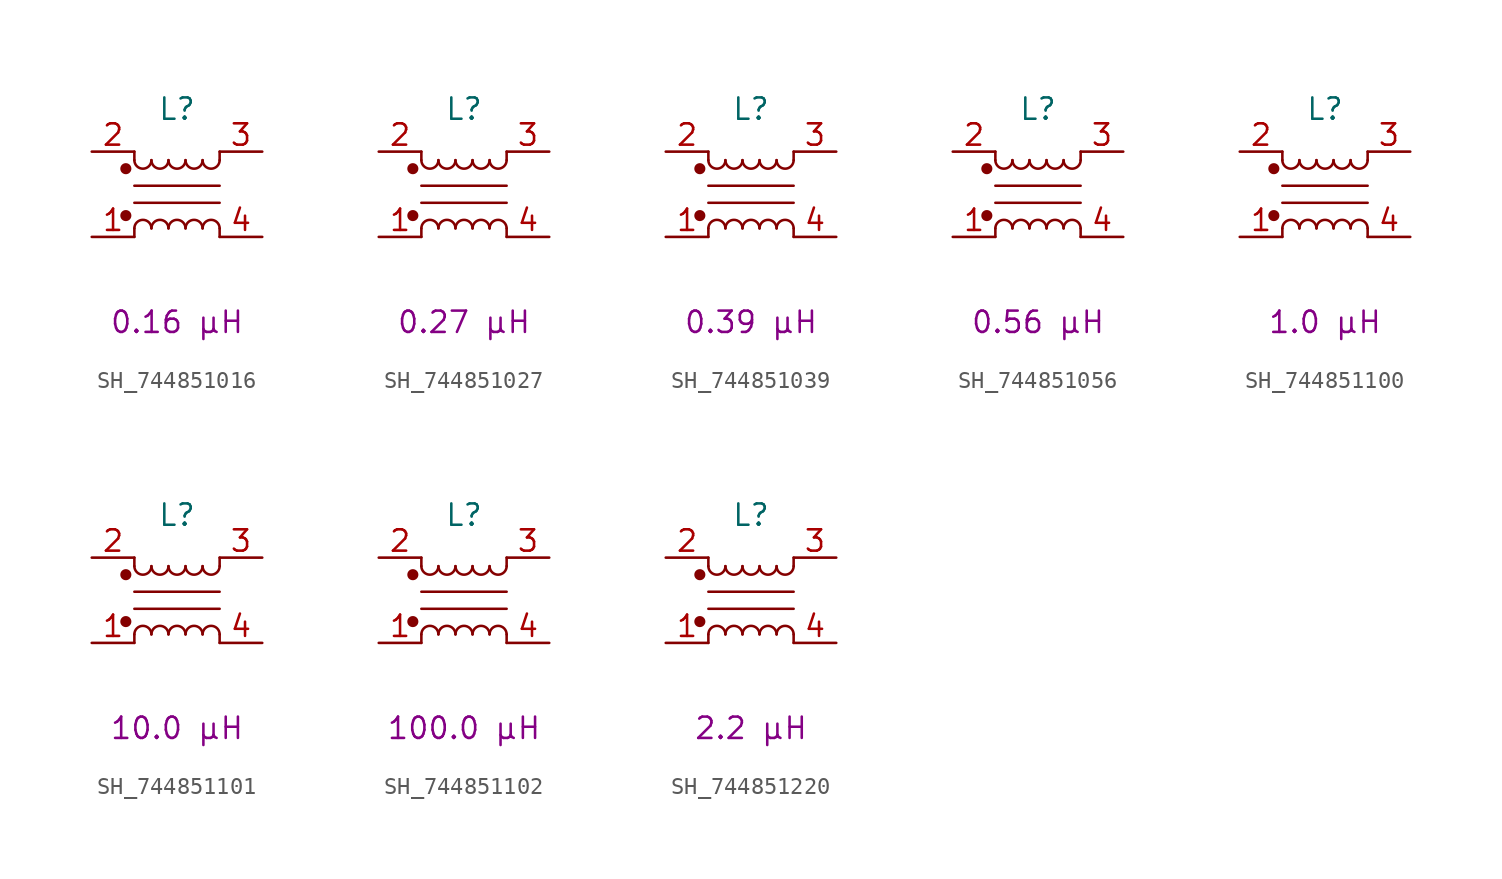
<source format=kicad_sym>
(kicad_symbol_lib
  (version 20220914)
  (generator kicad_symbol_editor)
  (symbol "SH_744851016"
    (pin_names hide)
    (property "Reference" "L"
      (at 0 5.08 0)
      (effects (font (size 1.27 1.27))))
    (property "Critical Parameter" "0.16 µH"
      (at 0 -7.62 0)
      (effects (font (size 1.27 1.27))))
    (symbol "SH_744851016_0_1"
      (circle (center -3.048 -1.27) (radius 0.254) (stroke (width 0) (type default)) (fill (type outline)))
      (circle (center -3.048 1.524) (radius 0.254) (stroke (width 0) (type default)) (fill (type outline)))
      (arc (start -2.54 2.032) (mid -2.032 1.5262) (end -1.524 2.032) (stroke (width 0) (type default)) (fill (type none)))
      (arc (start -1.524 -2.032) (mid -2.032 -1.5262) (end -2.54 -2.032) (stroke (width 0) (type default)) (fill (type none)))
      (arc (start -1.524 2.032) (mid -1.016 1.5262) (end -0.508 2.032) (stroke (width 0) (type default)) (fill (type none)))
      (arc (start -0.508 -2.032) (mid -1.016 -1.5262) (end -1.524 -2.032) (stroke (width 0) (type default)) (fill (type none)))
      (arc (start -0.508 2.032) (mid 0 1.5262) (end 0.508 2.032) (stroke (width 0) (type default)) (fill (type none)))
      (polyline (pts (xy -2.54 -2.032) (xy -2.54 -2.54)) (stroke (width 0) (type default)) (fill (type none)))
      (polyline (pts (xy -2.54 0.508) (xy 2.54 0.508)) (stroke (width 0) (type default)) (fill (type none)))
      (polyline (pts (xy -2.54 2.032) (xy -2.54 2.54)) (stroke (width 0) (type default)) (fill (type none)))
      (polyline (pts (xy 2.54 -2.032) (xy 2.54 -2.54)) (stroke (width 0) (type default)) (fill (type none)))
      (polyline (pts (xy 2.54 -0.508) (xy -2.54 -0.508)) (stroke (width 0) (type default)) (fill (type none)))
      (polyline (pts (xy 2.54 2.54) (xy 2.54 2.032)) (stroke (width 0) (type default)) (fill (type none)))
      (arc (start 0.508 -2.032) (mid 0 -1.5262) (end -0.508 -2.032) (stroke (width 0) (type default)) (fill (type none)))
      (arc (start 0.508 2.032) (mid 1.016 1.5262) (end 1.524 2.032) (stroke (width 0) (type default)) (fill (type none)))
      (arc (start 1.524 -2.032) (mid 1.016 -1.5262) (end 0.508 -2.032) (stroke (width 0) (type default)) (fill (type none)))
      (arc (start 1.524 2.032) (mid 2.032 1.5262) (end 2.54 2.032) (stroke (width 0) (type default)) (fill (type none)))
      (arc (start 2.54 -2.032) (mid 2.032 -1.5262) (end 1.524 -2.032) (stroke (width 0) (type default)) (fill (type none))))
    (symbol "SH_744851016_1_1"
      (pin passive line (at -5.08 -2.54 0) (length 2.54) (name "1" (effects (font (size 1.27 1.27)))) (number "1" (effects (font (size 1.27 1.27)))))
      (pin passive line (at -5.08 2.54 0) (length 2.54) (name "2" (effects (font (size 1.27 1.27)))) (number "2" (effects (font (size 1.27 1.27)))))
      (pin passive line (at 5.08 2.54 180) (length 2.54) (name "3" (effects (font (size 1.27 1.27)))) (number "3" (effects (font (size 1.27 1.27)))))
      (pin passive line (at 5.08 -2.54 180) (length 2.54) (name "4" (effects (font (size 1.27 1.27)))) (number "4" (effects (font (size 1.27 1.27)))))))
  (symbol "SH_744851027"
    (pin_names hide)
    (property "Reference" "L"
      (at 0 5.08 0)
      (effects (font (size 1.27 1.27))))
    (property "Critical Parameter" "0.27 µH"
      (at 0 -7.62 0)
      (effects (font (size 1.27 1.27))))
    (symbol "SH_744851027_0_1"
      (circle (center -3.048 -1.27) (radius 0.254) (stroke (width 0) (type default)) (fill (type outline)))
      (circle (center -3.048 1.524) (radius 0.254) (stroke (width 0) (type default)) (fill (type outline)))
      (arc (start -2.54 2.032) (mid -2.032 1.5262) (end -1.524 2.032) (stroke (width 0) (type default)) (fill (type none)))
      (arc (start -1.524 -2.032) (mid -2.032 -1.5262) (end -2.54 -2.032) (stroke (width 0) (type default)) (fill (type none)))
      (arc (start -1.524 2.032) (mid -1.016 1.5262) (end -0.508 2.032) (stroke (width 0) (type default)) (fill (type none)))
      (arc (start -0.508 -2.032) (mid -1.016 -1.5262) (end -1.524 -2.032) (stroke (width 0) (type default)) (fill (type none)))
      (arc (start -0.508 2.032) (mid 0 1.5262) (end 0.508 2.032) (stroke (width 0) (type default)) (fill (type none)))
      (polyline (pts (xy -2.54 -2.032) (xy -2.54 -2.54)) (stroke (width 0) (type default)) (fill (type none)))
      (polyline (pts (xy -2.54 0.508) (xy 2.54 0.508)) (stroke (width 0) (type default)) (fill (type none)))
      (polyline (pts (xy -2.54 2.032) (xy -2.54 2.54)) (stroke (width 0) (type default)) (fill (type none)))
      (polyline (pts (xy 2.54 -2.032) (xy 2.54 -2.54)) (stroke (width 0) (type default)) (fill (type none)))
      (polyline (pts (xy 2.54 -0.508) (xy -2.54 -0.508)) (stroke (width 0) (type default)) (fill (type none)))
      (polyline (pts (xy 2.54 2.54) (xy 2.54 2.032)) (stroke (width 0) (type default)) (fill (type none)))
      (arc (start 0.508 -2.032) (mid 0 -1.5262) (end -0.508 -2.032) (stroke (width 0) (type default)) (fill (type none)))
      (arc (start 0.508 2.032) (mid 1.016 1.5262) (end 1.524 2.032) (stroke (width 0) (type default)) (fill (type none)))
      (arc (start 1.524 -2.032) (mid 1.016 -1.5262) (end 0.508 -2.032) (stroke (width 0) (type default)) (fill (type none)))
      (arc (start 1.524 2.032) (mid 2.032 1.5262) (end 2.54 2.032) (stroke (width 0) (type default)) (fill (type none)))
      (arc (start 2.54 -2.032) (mid 2.032 -1.5262) (end 1.524 -2.032) (stroke (width 0) (type default)) (fill (type none))))
    (symbol "SH_744851027_1_1"
      (pin passive line (at -5.08 -2.54 0) (length 2.54) (name "1" (effects (font (size 1.27 1.27)))) (number "1" (effects (font (size 1.27 1.27)))))
      (pin passive line (at -5.08 2.54 0) (length 2.54) (name "2" (effects (font (size 1.27 1.27)))) (number "2" (effects (font (size 1.27 1.27)))))
      (pin passive line (at 5.08 2.54 180) (length 2.54) (name "3" (effects (font (size 1.27 1.27)))) (number "3" (effects (font (size 1.27 1.27)))))
      (pin passive line (at 5.08 -2.54 180) (length 2.54) (name "4" (effects (font (size 1.27 1.27)))) (number "4" (effects (font (size 1.27 1.27)))))))
  (symbol "SH_744851039"
    (pin_names hide)
    (property "Reference" "L"
      (at 0 5.08 0)
      (effects (font (size 1.27 1.27))))
    (property "Critical Parameter" "0.39 µH"
      (at 0 -7.62 0)
      (effects (font (size 1.27 1.27))))
    (symbol "SH_744851039_0_1"
      (circle (center -3.048 -1.27) (radius 0.254) (stroke (width 0) (type default)) (fill (type outline)))
      (circle (center -3.048 1.524) (radius 0.254) (stroke (width 0) (type default)) (fill (type outline)))
      (arc (start -2.54 2.032) (mid -2.032 1.5262) (end -1.524 2.032) (stroke (width 0) (type default)) (fill (type none)))
      (arc (start -1.524 -2.032) (mid -2.032 -1.5262) (end -2.54 -2.032) (stroke (width 0) (type default)) (fill (type none)))
      (arc (start -1.524 2.032) (mid -1.016 1.5262) (end -0.508 2.032) (stroke (width 0) (type default)) (fill (type none)))
      (arc (start -0.508 -2.032) (mid -1.016 -1.5262) (end -1.524 -2.032) (stroke (width 0) (type default)) (fill (type none)))
      (arc (start -0.508 2.032) (mid 0 1.5262) (end 0.508 2.032) (stroke (width 0) (type default)) (fill (type none)))
      (polyline (pts (xy -2.54 -2.032) (xy -2.54 -2.54)) (stroke (width 0) (type default)) (fill (type none)))
      (polyline (pts (xy -2.54 0.508) (xy 2.54 0.508)) (stroke (width 0) (type default)) (fill (type none)))
      (polyline (pts (xy -2.54 2.032) (xy -2.54 2.54)) (stroke (width 0) (type default)) (fill (type none)))
      (polyline (pts (xy 2.54 -2.032) (xy 2.54 -2.54)) (stroke (width 0) (type default)) (fill (type none)))
      (polyline (pts (xy 2.54 -0.508) (xy -2.54 -0.508)) (stroke (width 0) (type default)) (fill (type none)))
      (polyline (pts (xy 2.54 2.54) (xy 2.54 2.032)) (stroke (width 0) (type default)) (fill (type none)))
      (arc (start 0.508 -2.032) (mid 0 -1.5262) (end -0.508 -2.032) (stroke (width 0) (type default)) (fill (type none)))
      (arc (start 0.508 2.032) (mid 1.016 1.5262) (end 1.524 2.032) (stroke (width 0) (type default)) (fill (type none)))
      (arc (start 1.524 -2.032) (mid 1.016 -1.5262) (end 0.508 -2.032) (stroke (width 0) (type default)) (fill (type none)))
      (arc (start 1.524 2.032) (mid 2.032 1.5262) (end 2.54 2.032) (stroke (width 0) (type default)) (fill (type none)))
      (arc (start 2.54 -2.032) (mid 2.032 -1.5262) (end 1.524 -2.032) (stroke (width 0) (type default)) (fill (type none))))
    (symbol "SH_744851039_1_1"
      (pin passive line (at -5.08 -2.54 0) (length 2.54) (name "1" (effects (font (size 1.27 1.27)))) (number "1" (effects (font (size 1.27 1.27)))))
      (pin passive line (at -5.08 2.54 0) (length 2.54) (name "2" (effects (font (size 1.27 1.27)))) (number "2" (effects (font (size 1.27 1.27)))))
      (pin passive line (at 5.08 2.54 180) (length 2.54) (name "3" (effects (font (size 1.27 1.27)))) (number "3" (effects (font (size 1.27 1.27)))))
      (pin passive line (at 5.08 -2.54 180) (length 2.54) (name "4" (effects (font (size 1.27 1.27)))) (number "4" (effects (font (size 1.27 1.27)))))))
  (symbol "SH_744851056"
    (pin_names hide)
    (property "Reference" "L"
      (at 0 5.08 0)
      (effects (font (size 1.27 1.27))))
    (property "Critical Parameter" "0.56 µH"
      (at 0 -7.62 0)
      (effects (font (size 1.27 1.27))))
    (symbol "SH_744851056_0_1"
      (circle (center -3.048 -1.27) (radius 0.254) (stroke (width 0) (type default)) (fill (type outline)))
      (circle (center -3.048 1.524) (radius 0.254) (stroke (width 0) (type default)) (fill (type outline)))
      (arc (start -2.54 2.032) (mid -2.032 1.5262) (end -1.524 2.032) (stroke (width 0) (type default)) (fill (type none)))
      (arc (start -1.524 -2.032) (mid -2.032 -1.5262) (end -2.54 -2.032) (stroke (width 0) (type default)) (fill (type none)))
      (arc (start -1.524 2.032) (mid -1.016 1.5262) (end -0.508 2.032) (stroke (width 0) (type default)) (fill (type none)))
      (arc (start -0.508 -2.032) (mid -1.016 -1.5262) (end -1.524 -2.032) (stroke (width 0) (type default)) (fill (type none)))
      (arc (start -0.508 2.032) (mid 0 1.5262) (end 0.508 2.032) (stroke (width 0) (type default)) (fill (type none)))
      (polyline (pts (xy -2.54 -2.032) (xy -2.54 -2.54)) (stroke (width 0) (type default)) (fill (type none)))
      (polyline (pts (xy -2.54 0.508) (xy 2.54 0.508)) (stroke (width 0) (type default)) (fill (type none)))
      (polyline (pts (xy -2.54 2.032) (xy -2.54 2.54)) (stroke (width 0) (type default)) (fill (type none)))
      (polyline (pts (xy 2.54 -2.032) (xy 2.54 -2.54)) (stroke (width 0) (type default)) (fill (type none)))
      (polyline (pts (xy 2.54 -0.508) (xy -2.54 -0.508)) (stroke (width 0) (type default)) (fill (type none)))
      (polyline (pts (xy 2.54 2.54) (xy 2.54 2.032)) (stroke (width 0) (type default)) (fill (type none)))
      (arc (start 0.508 -2.032) (mid 0 -1.5262) (end -0.508 -2.032) (stroke (width 0) (type default)) (fill (type none)))
      (arc (start 0.508 2.032) (mid 1.016 1.5262) (end 1.524 2.032) (stroke (width 0) (type default)) (fill (type none)))
      (arc (start 1.524 -2.032) (mid 1.016 -1.5262) (end 0.508 -2.032) (stroke (width 0) (type default)) (fill (type none)))
      (arc (start 1.524 2.032) (mid 2.032 1.5262) (end 2.54 2.032) (stroke (width 0) (type default)) (fill (type none)))
      (arc (start 2.54 -2.032) (mid 2.032 -1.5262) (end 1.524 -2.032) (stroke (width 0) (type default)) (fill (type none))))
    (symbol "SH_744851056_1_1"
      (pin passive line (at -5.08 -2.54 0) (length 2.54) (name "1" (effects (font (size 1.27 1.27)))) (number "1" (effects (font (size 1.27 1.27)))))
      (pin passive line (at -5.08 2.54 0) (length 2.54) (name "2" (effects (font (size 1.27 1.27)))) (number "2" (effects (font (size 1.27 1.27)))))
      (pin passive line (at 5.08 2.54 180) (length 2.54) (name "3" (effects (font (size 1.27 1.27)))) (number "3" (effects (font (size 1.27 1.27)))))
      (pin passive line (at 5.08 -2.54 180) (length 2.54) (name "4" (effects (font (size 1.27 1.27)))) (number "4" (effects (font (size 1.27 1.27)))))))
  (symbol "SH_744851100"
    (pin_names hide)
    (property "Reference" "L"
      (at 0 5.08 0)
      (effects (font (size 1.27 1.27))))
    (property "Critical Parameter" "1.0 µH"
      (at 0 -7.62 0)
      (effects (font (size 1.27 1.27))))
    (symbol "SH_744851100_0_1"
      (circle (center -3.048 -1.27) (radius 0.254) (stroke (width 0) (type default)) (fill (type outline)))
      (circle (center -3.048 1.524) (radius 0.254) (stroke (width 0) (type default)) (fill (type outline)))
      (arc (start -2.54 2.032) (mid -2.032 1.5262) (end -1.524 2.032) (stroke (width 0) (type default)) (fill (type none)))
      (arc (start -1.524 -2.032) (mid -2.032 -1.5262) (end -2.54 -2.032) (stroke (width 0) (type default)) (fill (type none)))
      (arc (start -1.524 2.032) (mid -1.016 1.5262) (end -0.508 2.032) (stroke (width 0) (type default)) (fill (type none)))
      (arc (start -0.508 -2.032) (mid -1.016 -1.5262) (end -1.524 -2.032) (stroke (width 0) (type default)) (fill (type none)))
      (arc (start -0.508 2.032) (mid 0 1.5262) (end 0.508 2.032) (stroke (width 0) (type default)) (fill (type none)))
      (polyline (pts (xy -2.54 -2.032) (xy -2.54 -2.54)) (stroke (width 0) (type default)) (fill (type none)))
      (polyline (pts (xy -2.54 0.508) (xy 2.54 0.508)) (stroke (width 0) (type default)) (fill (type none)))
      (polyline (pts (xy -2.54 2.032) (xy -2.54 2.54)) (stroke (width 0) (type default)) (fill (type none)))
      (polyline (pts (xy 2.54 -2.032) (xy 2.54 -2.54)) (stroke (width 0) (type default)) (fill (type none)))
      (polyline (pts (xy 2.54 -0.508) (xy -2.54 -0.508)) (stroke (width 0) (type default)) (fill (type none)))
      (polyline (pts (xy 2.54 2.54) (xy 2.54 2.032)) (stroke (width 0) (type default)) (fill (type none)))
      (arc (start 0.508 -2.032) (mid 0 -1.5262) (end -0.508 -2.032) (stroke (width 0) (type default)) (fill (type none)))
      (arc (start 0.508 2.032) (mid 1.016 1.5262) (end 1.524 2.032) (stroke (width 0) (type default)) (fill (type none)))
      (arc (start 1.524 -2.032) (mid 1.016 -1.5262) (end 0.508 -2.032) (stroke (width 0) (type default)) (fill (type none)))
      (arc (start 1.524 2.032) (mid 2.032 1.5262) (end 2.54 2.032) (stroke (width 0) (type default)) (fill (type none)))
      (arc (start 2.54 -2.032) (mid 2.032 -1.5262) (end 1.524 -2.032) (stroke (width 0) (type default)) (fill (type none))))
    (symbol "SH_744851100_1_1"
      (pin passive line (at -5.08 -2.54 0) (length 2.54) (name "1" (effects (font (size 1.27 1.27)))) (number "1" (effects (font (size 1.27 1.27)))))
      (pin passive line (at -5.08 2.54 0) (length 2.54) (name "2" (effects (font (size 1.27 1.27)))) (number "2" (effects (font (size 1.27 1.27)))))
      (pin passive line (at 5.08 2.54 180) (length 2.54) (name "3" (effects (font (size 1.27 1.27)))) (number "3" (effects (font (size 1.27 1.27)))))
      (pin passive line (at 5.08 -2.54 180) (length 2.54) (name "4" (effects (font (size 1.27 1.27)))) (number "4" (effects (font (size 1.27 1.27)))))))
  (symbol "SH_744851101"
    (pin_names hide)
    (property "Reference" "L"
      (at 0 5.08 0)
      (effects (font (size 1.27 1.27))))
    (property "Critical Parameter" "10.0 µH"
      (at 0 -7.62 0)
      (effects (font (size 1.27 1.27))))
    (symbol "SH_744851101_0_1"
      (circle (center -3.048 -1.27) (radius 0.254) (stroke (width 0) (type default)) (fill (type outline)))
      (circle (center -3.048 1.524) (radius 0.254) (stroke (width 0) (type default)) (fill (type outline)))
      (arc (start -2.54 2.032) (mid -2.032 1.5262) (end -1.524 2.032) (stroke (width 0) (type default)) (fill (type none)))
      (arc (start -1.524 -2.032) (mid -2.032 -1.5262) (end -2.54 -2.032) (stroke (width 0) (type default)) (fill (type none)))
      (arc (start -1.524 2.032) (mid -1.016 1.5262) (end -0.508 2.032) (stroke (width 0) (type default)) (fill (type none)))
      (arc (start -0.508 -2.032) (mid -1.016 -1.5262) (end -1.524 -2.032) (stroke (width 0) (type default)) (fill (type none)))
      (arc (start -0.508 2.032) (mid 0 1.5262) (end 0.508 2.032) (stroke (width 0) (type default)) (fill (type none)))
      (polyline (pts (xy -2.54 -2.032) (xy -2.54 -2.54)) (stroke (width 0) (type default)) (fill (type none)))
      (polyline (pts (xy -2.54 0.508) (xy 2.54 0.508)) (stroke (width 0) (type default)) (fill (type none)))
      (polyline (pts (xy -2.54 2.032) (xy -2.54 2.54)) (stroke (width 0) (type default)) (fill (type none)))
      (polyline (pts (xy 2.54 -2.032) (xy 2.54 -2.54)) (stroke (width 0) (type default)) (fill (type none)))
      (polyline (pts (xy 2.54 -0.508) (xy -2.54 -0.508)) (stroke (width 0) (type default)) (fill (type none)))
      (polyline (pts (xy 2.54 2.54) (xy 2.54 2.032)) (stroke (width 0) (type default)) (fill (type none)))
      (arc (start 0.508 -2.032) (mid 0 -1.5262) (end -0.508 -2.032) (stroke (width 0) (type default)) (fill (type none)))
      (arc (start 0.508 2.032) (mid 1.016 1.5262) (end 1.524 2.032) (stroke (width 0) (type default)) (fill (type none)))
      (arc (start 1.524 -2.032) (mid 1.016 -1.5262) (end 0.508 -2.032) (stroke (width 0) (type default)) (fill (type none)))
      (arc (start 1.524 2.032) (mid 2.032 1.5262) (end 2.54 2.032) (stroke (width 0) (type default)) (fill (type none)))
      (arc (start 2.54 -2.032) (mid 2.032 -1.5262) (end 1.524 -2.032) (stroke (width 0) (type default)) (fill (type none))))
    (symbol "SH_744851101_1_1"
      (pin passive line (at -5.08 -2.54 0) (length 2.54) (name "1" (effects (font (size 1.27 1.27)))) (number "1" (effects (font (size 1.27 1.27)))))
      (pin passive line (at -5.08 2.54 0) (length 2.54) (name "2" (effects (font (size 1.27 1.27)))) (number "2" (effects (font (size 1.27 1.27)))))
      (pin passive line (at 5.08 2.54 180) (length 2.54) (name "3" (effects (font (size 1.27 1.27)))) (number "3" (effects (font (size 1.27 1.27)))))
      (pin passive line (at 5.08 -2.54 180) (length 2.54) (name "4" (effects (font (size 1.27 1.27)))) (number "4" (effects (font (size 1.27 1.27)))))))
  (symbol "SH_744851102"
    (pin_names hide)
    (property "Reference" "L"
      (at 0 5.08 0)
      (effects (font (size 1.27 1.27))))
    (property "Critical Parameter" "100.0 µH"
      (at 0 -7.62 0)
      (effects (font (size 1.27 1.27))))
    (symbol "SH_744851102_0_1"
      (circle (center -3.048 -1.27) (radius 0.254) (stroke (width 0) (type default)) (fill (type outline)))
      (circle (center -3.048 1.524) (radius 0.254) (stroke (width 0) (type default)) (fill (type outline)))
      (arc (start -2.54 2.032) (mid -2.032 1.5262) (end -1.524 2.032) (stroke (width 0) (type default)) (fill (type none)))
      (arc (start -1.524 -2.032) (mid -2.032 -1.5262) (end -2.54 -2.032) (stroke (width 0) (type default)) (fill (type none)))
      (arc (start -1.524 2.032) (mid -1.016 1.5262) (end -0.508 2.032) (stroke (width 0) (type default)) (fill (type none)))
      (arc (start -0.508 -2.032) (mid -1.016 -1.5262) (end -1.524 -2.032) (stroke (width 0) (type default)) (fill (type none)))
      (arc (start -0.508 2.032) (mid 0 1.5262) (end 0.508 2.032) (stroke (width 0) (type default)) (fill (type none)))
      (polyline (pts (xy -2.54 -2.032) (xy -2.54 -2.54)) (stroke (width 0) (type default)) (fill (type none)))
      (polyline (pts (xy -2.54 0.508) (xy 2.54 0.508)) (stroke (width 0) (type default)) (fill (type none)))
      (polyline (pts (xy -2.54 2.032) (xy -2.54 2.54)) (stroke (width 0) (type default)) (fill (type none)))
      (polyline (pts (xy 2.54 -2.032) (xy 2.54 -2.54)) (stroke (width 0) (type default)) (fill (type none)))
      (polyline (pts (xy 2.54 -0.508) (xy -2.54 -0.508)) (stroke (width 0) (type default)) (fill (type none)))
      (polyline (pts (xy 2.54 2.54) (xy 2.54 2.032)) (stroke (width 0) (type default)) (fill (type none)))
      (arc (start 0.508 -2.032) (mid 0 -1.5262) (end -0.508 -2.032) (stroke (width 0) (type default)) (fill (type none)))
      (arc (start 0.508 2.032) (mid 1.016 1.5262) (end 1.524 2.032) (stroke (width 0) (type default)) (fill (type none)))
      (arc (start 1.524 -2.032) (mid 1.016 -1.5262) (end 0.508 -2.032) (stroke (width 0) (type default)) (fill (type none)))
      (arc (start 1.524 2.032) (mid 2.032 1.5262) (end 2.54 2.032) (stroke (width 0) (type default)) (fill (type none)))
      (arc (start 2.54 -2.032) (mid 2.032 -1.5262) (end 1.524 -2.032) (stroke (width 0) (type default)) (fill (type none))))
    (symbol "SH_744851102_1_1"
      (pin passive line (at -5.08 -2.54 0) (length 2.54) (name "1" (effects (font (size 1.27 1.27)))) (number "1" (effects (font (size 1.27 1.27)))))
      (pin passive line (at -5.08 2.54 0) (length 2.54) (name "2" (effects (font (size 1.27 1.27)))) (number "2" (effects (font (size 1.27 1.27)))))
      (pin passive line (at 5.08 2.54 180) (length 2.54) (name "3" (effects (font (size 1.27 1.27)))) (number "3" (effects (font (size 1.27 1.27)))))
      (pin passive line (at 5.08 -2.54 180) (length 2.54) (name "4" (effects (font (size 1.27 1.27)))) (number "4" (effects (font (size 1.27 1.27)))))))
  (symbol "SH_744851220"
    (pin_names hide)
    (property "Reference" "L"
      (at 0 5.08 0)
      (effects (font (size 1.27 1.27))))
    (property "Critical Parameter" "2.2 µH"
      (at 0 -7.62 0)
      (effects (font (size 1.27 1.27))))
    (symbol "SH_744851220_0_1"
      (circle (center -3.048 -1.27) (radius 0.254) (stroke (width 0) (type default)) (fill (type outline)))
      (circle (center -3.048 1.524) (radius 0.254) (stroke (width 0) (type default)) (fill (type outline)))
      (arc (start -2.54 2.032) (mid -2.032 1.5262) (end -1.524 2.032) (stroke (width 0) (type default)) (fill (type none)))
      (arc (start -1.524 -2.032) (mid -2.032 -1.5262) (end -2.54 -2.032) (stroke (width 0) (type default)) (fill (type none)))
      (arc (start -1.524 2.032) (mid -1.016 1.5262) (end -0.508 2.032) (stroke (width 0) (type default)) (fill (type none)))
      (arc (start -0.508 -2.032) (mid -1.016 -1.5262) (end -1.524 -2.032) (stroke (width 0) (type default)) (fill (type none)))
      (arc (start -0.508 2.032) (mid 0 1.5262) (end 0.508 2.032) (stroke (width 0) (type default)) (fill (type none)))
      (polyline (pts (xy -2.54 -2.032) (xy -2.54 -2.54)) (stroke (width 0) (type default)) (fill (type none)))
      (polyline (pts (xy -2.54 0.508) (xy 2.54 0.508)) (stroke (width 0) (type default)) (fill (type none)))
      (polyline (pts (xy -2.54 2.032) (xy -2.54 2.54)) (stroke (width 0) (type default)) (fill (type none)))
      (polyline (pts (xy 2.54 -2.032) (xy 2.54 -2.54)) (stroke (width 0) (type default)) (fill (type none)))
      (polyline (pts (xy 2.54 -0.508) (xy -2.54 -0.508)) (stroke (width 0) (type default)) (fill (type none)))
      (polyline (pts (xy 2.54 2.54) (xy 2.54 2.032)) (stroke (width 0) (type default)) (fill (type none)))
      (arc (start 0.508 -2.032) (mid 0 -1.5262) (end -0.508 -2.032) (stroke (width 0) (type default)) (fill (type none)))
      (arc (start 0.508 2.032) (mid 1.016 1.5262) (end 1.524 2.032) (stroke (width 0) (type default)) (fill (type none)))
      (arc (start 1.524 -2.032) (mid 1.016 -1.5262) (end 0.508 -2.032) (stroke (width 0) (type default)) (fill (type none)))
      (arc (start 1.524 2.032) (mid 2.032 1.5262) (end 2.54 2.032) (stroke (width 0) (type default)) (fill (type none)))
      (arc (start 2.54 -2.032) (mid 2.032 -1.5262) (end 1.524 -2.032) (stroke (width 0) (type default)) (fill (type none))))
    (symbol "SH_744851220_1_1"
      (pin passive line (at -5.08 -2.54 0) (length 2.54) (name "1" (effects (font (size 1.27 1.27)))) (number "1" (effects (font (size 1.27 1.27)))))
      (pin passive line (at -5.08 2.54 0) (length 2.54) (name "2" (effects (font (size 1.27 1.27)))) (number "2" (effects (font (size 1.27 1.27)))))
      (pin passive line (at 5.08 2.54 180) (length 2.54) (name "3" (effects (font (size 1.27 1.27)))) (number "3" (effects (font (size 1.27 1.27)))))
      (pin passive line (at 5.08 -2.54 180) (length 2.54) (name "4" (effects (font (size 1.27 1.27)))) (number "4" (effects (font (size 1.27 1.27))))))))
</source>
